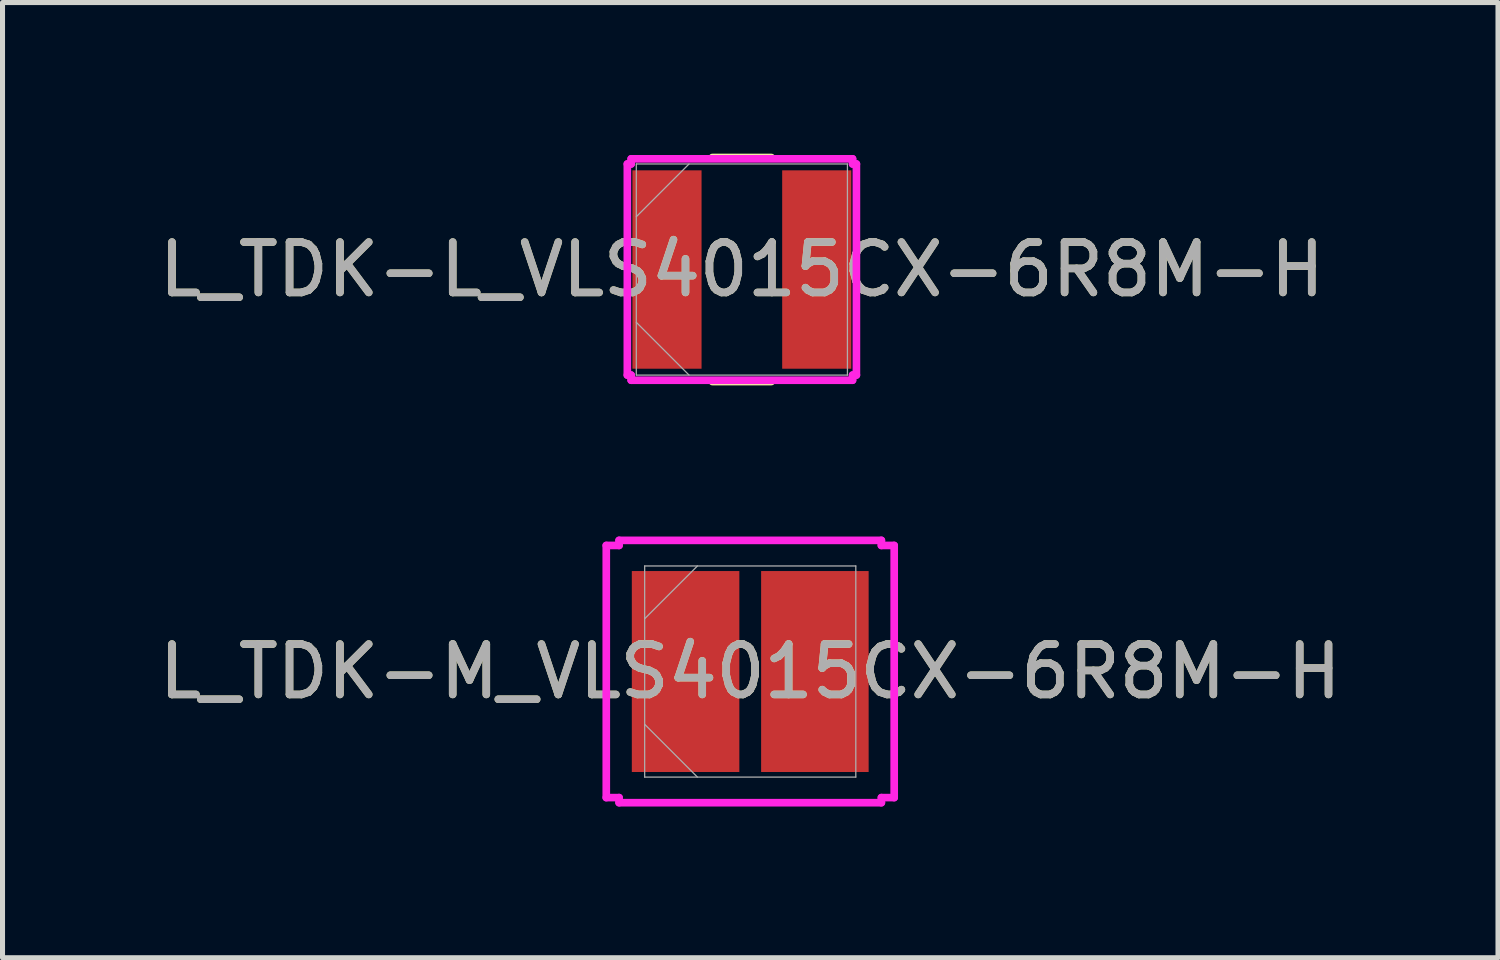
<source format=kicad_pcb>
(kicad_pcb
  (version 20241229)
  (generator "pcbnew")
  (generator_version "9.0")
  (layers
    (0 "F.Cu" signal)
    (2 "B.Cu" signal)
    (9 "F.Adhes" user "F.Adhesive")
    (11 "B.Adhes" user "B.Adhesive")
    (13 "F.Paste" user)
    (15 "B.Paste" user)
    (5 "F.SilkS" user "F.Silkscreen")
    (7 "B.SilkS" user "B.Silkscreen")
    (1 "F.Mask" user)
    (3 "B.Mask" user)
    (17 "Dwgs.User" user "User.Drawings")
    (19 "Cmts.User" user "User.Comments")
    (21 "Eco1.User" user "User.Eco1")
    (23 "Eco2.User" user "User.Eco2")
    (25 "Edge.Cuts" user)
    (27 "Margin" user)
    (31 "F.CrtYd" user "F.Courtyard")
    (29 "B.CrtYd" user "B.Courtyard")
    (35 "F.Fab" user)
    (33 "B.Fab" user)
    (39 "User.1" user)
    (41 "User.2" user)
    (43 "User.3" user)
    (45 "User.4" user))
  (footprint "L_TDK-L_VLS4015CX-6R8M-H"
    (layer "F.Cu")
    (at 11.673 2.299)
    (property "Reference" "L_TDK-L_VLS4015CX-6R8M-H" (at 0 0 0) (unlocked yes) (layer "F.SilkS") (effects (font (size 1 1) (thickness 0.15))))
    (attr smd)
    (fp_line (start -0.585 2.223) (end 0.585 2.223) (stroke (width 0.152) (type solid)) (layer "F.SilkS"))
    (fp_line (start 0.585 -2.223) (end -0.585 -2.223) (stroke (width 0.152) (type solid)) (layer "F.SilkS"))
    (fp_line (start -2.273 -2.095) (end -2.197 -2.095) (stroke (width 0.152) (type solid)) (layer "F.CrtYd"))
    (fp_line (start -2.273 2.095) (end -2.273 -2.095) (stroke (width 0.152) (type solid)) (layer "F.CrtYd"))
    (fp_line (start -2.197 -2.197) (end 2.197 -2.197) (stroke (width 0.152) (type solid)) (layer "F.CrtYd"))
    (fp_line (start -2.197 -2.095) (end -2.197 -2.197) (stroke (width 0.152) (type solid)) (layer "F.CrtYd"))
    (fp_line (start -2.197 2.095) (end -2.273 2.095) (stroke (width 0.152) (type solid)) (layer "F.CrtYd"))
    (fp_line (start -2.197 2.095) (end -2.197 2.197) (stroke (width 0.152) (type solid)) (layer "F.CrtYd"))
    (fp_line (start -2.197 2.197) (end 2.197 2.197) (stroke (width 0.152) (type solid)) (layer "F.CrtYd"))
    (fp_line (start 2.197 -2.197) (end 2.197 -2.095) (stroke (width 0.152) (type solid)) (layer "F.CrtYd"))
    (fp_line (start 2.197 -2.095) (end 2.273 -2.095) (stroke (width 0.152) (type solid)) (layer "F.CrtYd"))
    (fp_line (start 2.197 2.095) (end 2.273 2.095) (stroke (width 0.152) (type solid)) (layer "F.CrtYd"))
    (fp_line (start 2.197 2.197) (end 2.197 2.095) (stroke (width 0.152) (type solid)) (layer "F.CrtYd"))
    (fp_line (start 2.273 -2.095) (end 2.273 2.095) (stroke (width 0.152) (type solid)) (layer "F.CrtYd"))
    (fp_line (start -2.095 -2.095) (end -2.095 2.095) (stroke (width 0.025) (type solid)) (layer "F.Fab"))
    (fp_line (start -2.095 -1.048) (end -1.048 -2.095) (stroke (width 0.025) (type solid)) (layer "F.Fab"))
    (fp_line (start -2.095 1.048) (end -1.048 2.095) (stroke (width 0.025) (type solid)) (layer "F.Fab"))
    (fp_line (start -2.095 2.095) (end 2.095 2.095) (stroke (width 0.025) (type solid)) (layer "F.Fab"))
    (fp_line (start 2.095 -2.095) (end -2.095 -2.095) (stroke (width 0.025) (type solid)) (layer "F.Fab"))
    (fp_line (start 2.095 2.095) (end 2.095 -2.095) (stroke (width 0.025) (type solid)) (layer "F.Fab"))
    (fp_text user "${REFERENCE}" (at 0 0 0) (unlocked yes) (layer "F.Fab") (effects (font (size 1 1) (thickness 0.15))))
    (pad "1" smd rect (at -1.486 0 90) (size 3.937 1.372) (layers "F.Cu" "F.Mask" "F.Paste"))
    (pad "2" smd rect (at 1.486 0 90) (size 3.937 1.372) (layers "F.Cu" "F.Mask" "F.Paste")))
  (footprint "L_TDK-M_VLS4015CX-6R8M-H"
    (layer "F.Cu")
    (at 11.839 10.277)
    (property "Reference" "L_TDK-M_VLS4015CX-6R8M-H" (at 0 0 0) (unlocked yes) (layer "F.SilkS") (effects (font (size 1 1) (thickness 0.15))))
    (attr smd)
    (fp_line (start -2.857 -2.502) (end -2.603 -2.502) (stroke (width 0.152) (type solid)) (layer "F.CrtYd"))
    (fp_line (start -2.857 2.502) (end -2.857 -2.502) (stroke (width 0.152) (type solid)) (layer "F.CrtYd"))
    (fp_line (start -2.603 -2.603) (end 2.603 -2.603) (stroke (width 0.152) (type solid)) (layer "F.CrtYd"))
    (fp_line (start -2.603 -2.502) (end -2.603 -2.603) (stroke (width 0.152) (type solid)) (layer "F.CrtYd"))
    (fp_line (start -2.603 2.502) (end -2.857 2.502) (stroke (width 0.152) (type solid)) (layer "F.CrtYd"))
    (fp_line (start -2.603 2.502) (end -2.603 2.603) (stroke (width 0.152) (type solid)) (layer "F.CrtYd"))
    (fp_line (start -2.603 2.603) (end 2.603 2.603) (stroke (width 0.152) (type solid)) (layer "F.CrtYd"))
    (fp_line (start 2.603 -2.603) (end 2.603 -2.502) (stroke (width 0.152) (type solid)) (layer "F.CrtYd"))
    (fp_line (start 2.603 -2.502) (end 2.857 -2.502) (stroke (width 0.152) (type solid)) (layer "F.CrtYd"))
    (fp_line (start 2.603 2.502) (end 2.857 2.502) (stroke (width 0.152) (type solid)) (layer "F.CrtYd"))
    (fp_line (start 2.603 2.603) (end 2.603 2.502) (stroke (width 0.152) (type solid)) (layer "F.CrtYd"))
    (fp_line (start 2.857 -2.502) (end 2.857 2.502) (stroke (width 0.152) (type solid)) (layer "F.CrtYd"))
    (fp_line (start -2.095 -2.095) (end -2.095 2.095) (stroke (width 0.025) (type solid)) (layer "F.Fab"))
    (fp_line (start -2.095 -1.048) (end -1.048 -2.095) (stroke (width 0.025) (type solid)) (layer "F.Fab"))
    (fp_line (start -2.095 1.048) (end -1.048 2.095) (stroke (width 0.025) (type solid)) (layer "F.Fab"))
    (fp_line (start -2.095 2.095) (end 2.095 2.095) (stroke (width 0.025) (type solid)) (layer "F.Fab"))
    (fp_line (start 2.095 -2.095) (end -2.095 -2.095) (stroke (width 0.025) (type solid)) (layer "F.Fab"))
    (fp_line (start 2.095 2.095) (end 2.095 -2.095) (stroke (width 0.025) (type solid)) (layer "F.Fab"))
    (fp_text user "${REFERENCE}" (at 0 0 0) (unlocked yes) (layer "F.Fab") (effects (font (size 1 1) (thickness 0.15))))
    (pad "1" smd rect (at -1.283 0 90) (size 3.988 2.134) (layers "F.Cu" "F.Mask" "F.Paste"))
    (pad "2" smd rect (at 1.283 0 90) (size 3.988 2.134) (layers "F.Cu" "F.Mask" "F.Paste")))
  (gr_rect
    (start -3 -3)
    (end 26.679 15.957)
    (stroke (width 0.1) (type default))
    (fill no)
    (layer "Edge.Cuts")))
</source>
